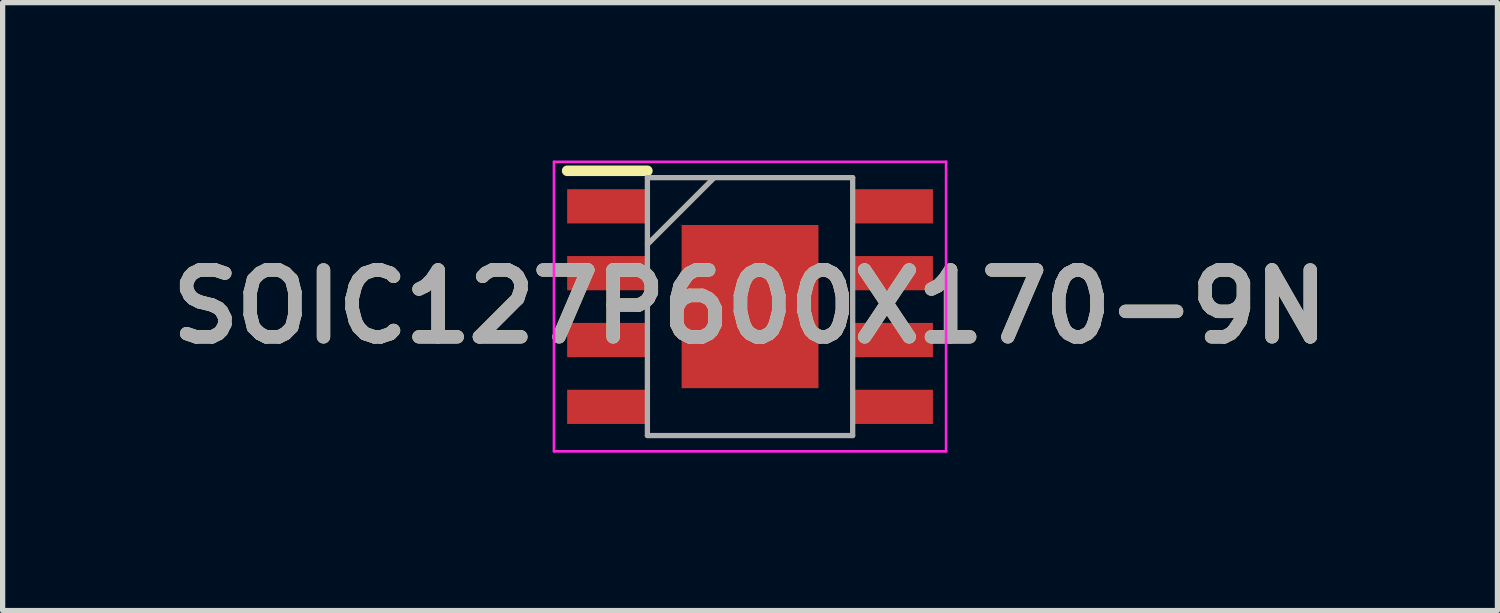
<source format=kicad_pcb>
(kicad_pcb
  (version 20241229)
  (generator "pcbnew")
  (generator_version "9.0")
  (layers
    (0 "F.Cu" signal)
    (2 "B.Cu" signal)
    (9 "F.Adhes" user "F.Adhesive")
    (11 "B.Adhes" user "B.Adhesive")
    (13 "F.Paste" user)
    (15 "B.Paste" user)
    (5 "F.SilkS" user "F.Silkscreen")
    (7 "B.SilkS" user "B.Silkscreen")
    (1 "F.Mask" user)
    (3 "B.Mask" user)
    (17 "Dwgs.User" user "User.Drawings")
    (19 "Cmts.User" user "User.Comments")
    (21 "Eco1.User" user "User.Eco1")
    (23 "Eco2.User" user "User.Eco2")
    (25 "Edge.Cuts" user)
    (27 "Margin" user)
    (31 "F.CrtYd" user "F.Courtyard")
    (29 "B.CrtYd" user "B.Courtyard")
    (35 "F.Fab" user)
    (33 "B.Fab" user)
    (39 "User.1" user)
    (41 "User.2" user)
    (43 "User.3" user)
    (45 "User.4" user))
  (footprint "SOIC127P600X170-9N"
    (layer "F.Cu")
    (at 11.2 2.775)
    (property "Reference" "SOIC127P600X170-9N" (at 0 0 0) (layer "F.SilkS") (effects (font (size 1.27 1.27) (thickness 0.254))))
    (attr smd)
    (fp_line (start -3.475 -2.58) (end -1.95 -2.58) (stroke (width 0.2) (type solid)) (layer "F.SilkS"))
    (fp_line (start -3.725 -2.75) (end 3.725 -2.75) (stroke (width 0.05) (type solid)) (layer "F.CrtYd"))
    (fp_line (start -3.725 2.75) (end -3.725 -2.75) (stroke (width 0.05) (type solid)) (layer "F.CrtYd"))
    (fp_line (start 3.725 -2.75) (end 3.725 2.75) (stroke (width 0.05) (type solid)) (layer "F.CrtYd"))
    (fp_line (start 3.725 2.75) (end -3.725 2.75) (stroke (width 0.05) (type solid)) (layer "F.CrtYd"))
    (fp_line (start -1.95 -2.45) (end 1.95 -2.45) (stroke (width 0.1) (type solid)) (layer "F.Fab"))
    (fp_line (start -1.95 -1.18) (end -0.68 -2.45) (stroke (width 0.1) (type solid)) (layer "F.Fab"))
    (fp_line (start -1.95 2.45) (end -1.95 -2.45) (stroke (width 0.1) (type solid)) (layer "F.Fab"))
    (fp_line (start 1.95 -2.45) (end 1.95 2.45) (stroke (width 0.1) (type solid)) (layer "F.Fab"))
    (fp_line (start 1.95 2.45) (end -1.95 2.45) (stroke (width 0.1) (type solid)) (layer "F.Fab"))
    (fp_text user "${REFERENCE}" (at 0 0 0) (layer "F.Fab") (effects (font (size 1.27 1.27) (thickness 0.254))))
    (pad "1" smd rect (at -2.712 -1.905 90) (size 0.65 1.525) (layers "F.Cu" "F.Mask" "F.Paste"))
    (pad "2" smd rect (at -2.712 -0.635 90) (size 0.65 1.525) (layers "F.Cu" "F.Mask" "F.Paste"))
    (pad "3" smd rect (at -2.712 0.635 90) (size 0.65 1.525) (layers "F.Cu" "F.Mask" "F.Paste"))
    (pad "4" smd rect (at -2.712 1.905 90) (size 0.65 1.525) (layers "F.Cu" "F.Mask" "F.Paste"))
    (pad "5" smd rect (at 2.712 1.905 90) (size 0.65 1.525) (layers "F.Cu" "F.Mask" "F.Paste"))
    (pad "6" smd rect (at 2.712 0.635 90) (size 0.65 1.525) (layers "F.Cu" "F.Mask" "F.Paste"))
    (pad "7" smd rect (at 2.712 -0.635 90) (size 0.65 1.525) (layers "F.Cu" "F.Mask" "F.Paste"))
    (pad "8" smd rect (at 2.712 -1.905 90) (size 0.65 1.525) (layers "F.Cu" "F.Mask" "F.Paste"))
    (pad "9" smd rect (at 0 0) (size 2.6 3.1) (layers "F.Cu" "F.Mask" "F.Paste")))
  (gr_rect
    (start -3 -3)
    (end 25.4 8.55)
    (stroke (width 0.1) (type default))
    (fill no)
    (layer "Edge.Cuts")))
</source>
